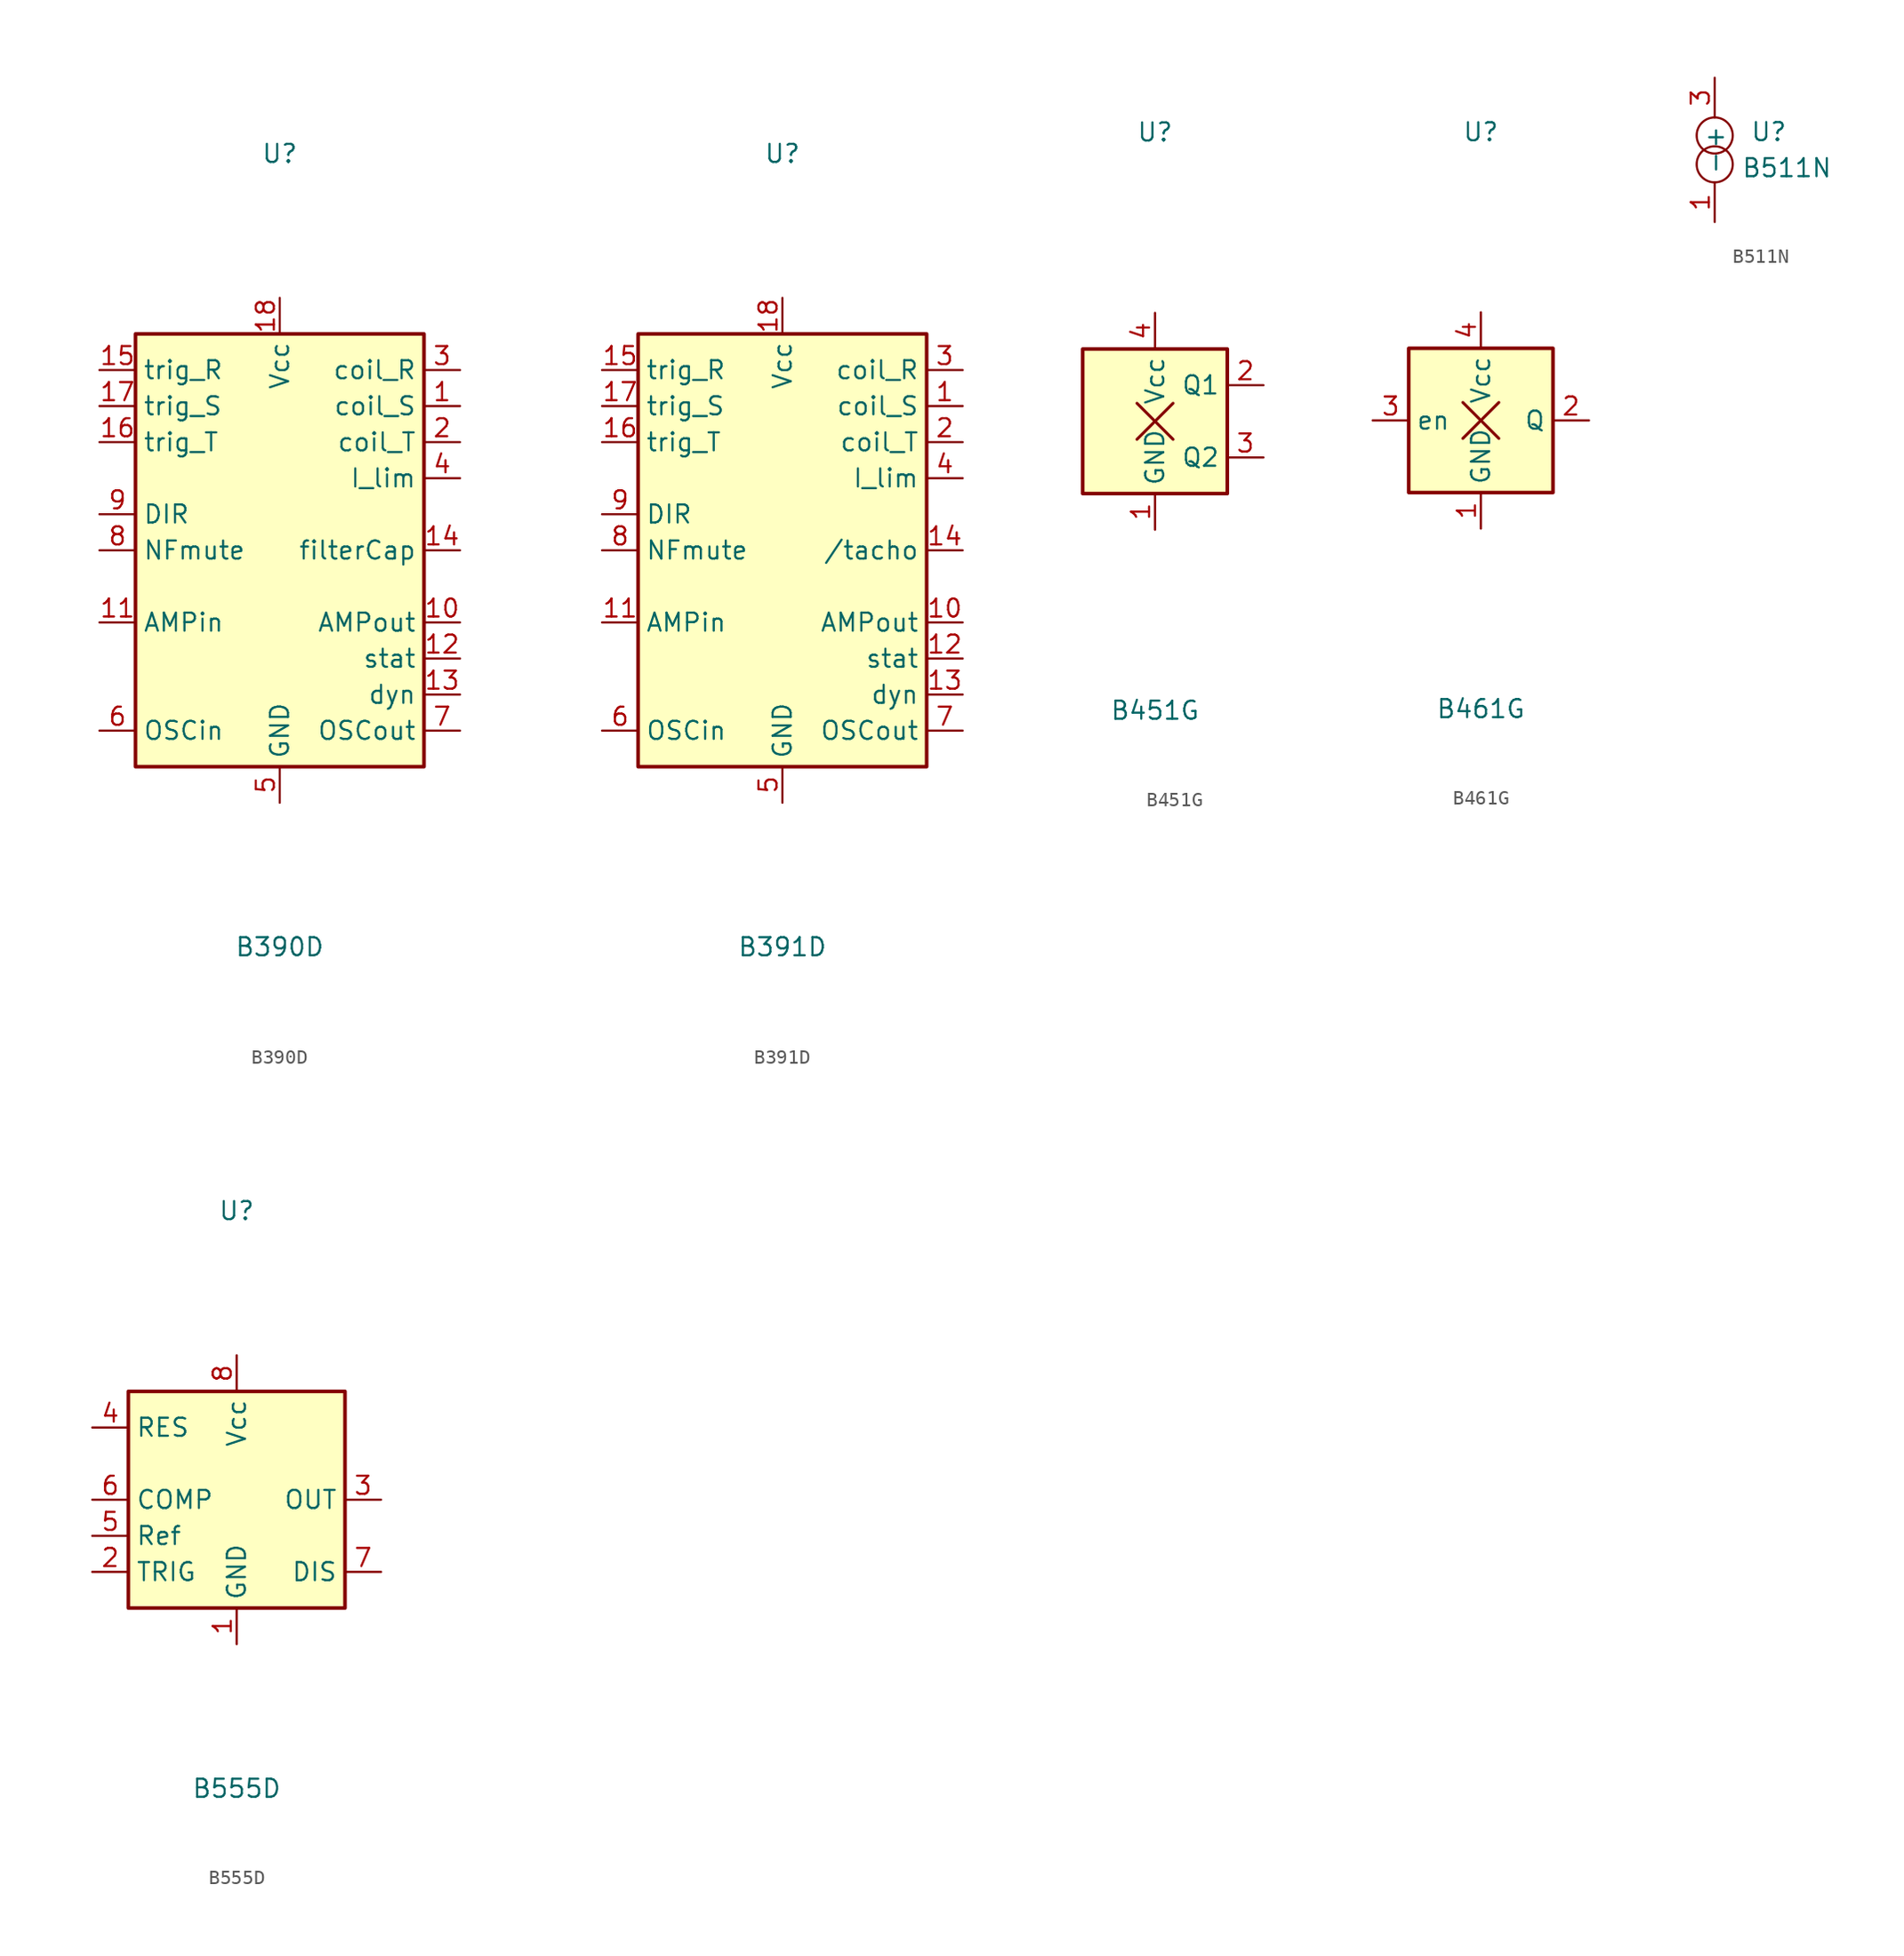
<source format=kicad_sym>
(kicad_symbol_lib
  (version 20211014)
  (generator kicad_symbol_editor)
  (symbol "B390D"
    (property "Reference" "U"
      (at 0 27.94 0)
      (effects (font (size 1.27 1.27))))
    (property "Value" "B390D"
      (at 0 -27.94 0)
      (effects (font (size 1.27 1.27))))
    (symbol "B390D_1_1"
      (rectangle (start -10.16 15.24) (end 10.16 -15.24) (stroke (width 0.254) (type default) (color 0 0 0 0)) (fill (type background)))
      (pin output line (at 12.7 10.16 180) (length 2.54) (name "coil_S" (effects (font (size 1.27 1.27)))) (number "1" (effects (font (size 1.27 1.27)))))
      (pin output line (at 12.7 -5.08 180) (length 2.54) (name "AMPout" (effects (font (size 1.27 1.27)))) (number "10" (effects (font (size 1.27 1.27)))))
      (pin input line (at -12.7 -5.08 0) (length 2.54) (name "AMPin" (effects (font (size 1.27 1.27)))) (number "11" (effects (font (size 1.27 1.27)))))
      (pin output line (at 12.7 -7.62 180) (length 2.54) (name "stat" (effects (font (size 1.27 1.27)))) (number "12" (effects (font (size 1.27 1.27)))))
      (pin output line (at 12.7 -10.16 180) (length 2.54) (name "dyn" (effects (font (size 1.27 1.27)))) (number "13" (effects (font (size 1.27 1.27)))))
      (pin passive line (at 12.7 0 180) (length 2.54) (name "filterCap" (effects (font (size 1.27 1.27)))) (number "14" (effects (font (size 1.27 1.27)))))
      (pin input line (at -12.7 12.7 0) (length 2.54) (name "trig_R" (effects (font (size 1.27 1.27)))) (number "15" (effects (font (size 1.27 1.27)))))
      (pin input line (at -12.7 7.62 0) (length 2.54) (name "trig_T" (effects (font (size 1.27 1.27)))) (number "16" (effects (font (size 1.27 1.27)))))
      (pin input line (at -12.7 10.16 0) (length 2.54) (name "trig_S" (effects (font (size 1.27 1.27)))) (number "17" (effects (font (size 1.27 1.27)))))
      (pin power_in line (at 0 17.78 270) (length 2.54) (name "Vcc" (effects (font (size 1.27 1.27)))) (number "18" (effects (font (size 1.27 1.27)))))
      (pin output line (at 12.7 7.62 180) (length 2.54) (name "coil_T" (effects (font (size 1.27 1.27)))) (number "2" (effects (font (size 1.27 1.27)))))
      (pin output line (at 12.7 12.7 180) (length 2.54) (name "coil_R" (effects (font (size 1.27 1.27)))) (number "3" (effects (font (size 1.27 1.27)))))
      (pin passive line (at 12.7 5.08 180) (length 2.54) (name "I_lim" (effects (font (size 1.27 1.27)))) (number "4" (effects (font (size 1.27 1.27)))))
      (pin power_in line (at 0 -17.78 90) (length 2.54) (name "GND" (effects (font (size 1.27 1.27)))) (number "5" (effects (font (size 1.27 1.27)))))
      (pin input line (at -12.7 -12.7 0) (length 2.54) (name "OSCin" (effects (font (size 1.27 1.27)))) (number "6" (effects (font (size 1.27 1.27)))))
      (pin output line (at 12.7 -12.7 180) (length 2.54) (name "OSCout" (effects (font (size 1.27 1.27)))) (number "7" (effects (font (size 1.27 1.27)))))
      (pin bidirectional line (at -12.7 0 0) (length 2.54) (name "NFmute" (effects (font (size 1.27 1.27)))) (number "8" (effects (font (size 1.27 1.27)))))
      (pin input line (at -12.7 2.54 0) (length 2.54) (name "DIR" (effects (font (size 1.27 1.27)))) (number "9" (effects (font (size 1.27 1.27)))))))
  (symbol "B391D"
    (property "Reference" "U"
      (at 0 27.94 0)
      (effects (font (size 1.27 1.27))))
    (property "Value" "B391D"
      (at 0 -27.94 0)
      (effects (font (size 1.27 1.27))))
    (symbol "B391D_0_1"
      (rectangle (start -10.16 15.24) (end 10.16 -15.24) (stroke (width 0.254) (type default) (color 0 0 0 0)) (fill (type background))))
    (symbol "B391D_1_1"
      (pin output line (at 12.7 10.16 180) (length 2.54) (name "coil_S" (effects (font (size 1.27 1.27)))) (number "1" (effects (font (size 1.27 1.27)))))
      (pin output line (at 12.7 -5.08 180) (length 2.54) (name "AMPout" (effects (font (size 1.27 1.27)))) (number "10" (effects (font (size 1.27 1.27)))))
      (pin input line (at -12.7 -5.08 0) (length 2.54) (name "AMPin" (effects (font (size 1.27 1.27)))) (number "11" (effects (font (size 1.27 1.27)))))
      (pin output line (at 12.7 -7.62 180) (length 2.54) (name "stat" (effects (font (size 1.27 1.27)))) (number "12" (effects (font (size 1.27 1.27)))))
      (pin output line (at 12.7 -10.16 180) (length 2.54) (name "dyn" (effects (font (size 1.27 1.27)))) (number "13" (effects (font (size 1.27 1.27)))))
      (pin output line (at 12.7 0 180) (length 2.54) (name "/tacho" (effects (font (size 1.27 1.27)))) (number "14" (effects (font (size 1.27 1.27)))))
      (pin input line (at -12.7 12.7 0) (length 2.54) (name "trig_R" (effects (font (size 1.27 1.27)))) (number "15" (effects (font (size 1.27 1.27)))))
      (pin input line (at -12.7 7.62 0) (length 2.54) (name "trig_T" (effects (font (size 1.27 1.27)))) (number "16" (effects (font (size 1.27 1.27)))))
      (pin input line (at -12.7 10.16 0) (length 2.54) (name "trig_S" (effects (font (size 1.27 1.27)))) (number "17" (effects (font (size 1.27 1.27)))))
      (pin power_in line (at 0 17.78 270) (length 2.54) (name "Vcc" (effects (font (size 1.27 1.27)))) (number "18" (effects (font (size 1.27 1.27)))))
      (pin output line (at 12.7 7.62 180) (length 2.54) (name "coil_T" (effects (font (size 1.27 1.27)))) (number "2" (effects (font (size 1.27 1.27)))))
      (pin output line (at 12.7 12.7 180) (length 2.54) (name "coil_R" (effects (font (size 1.27 1.27)))) (number "3" (effects (font (size 1.27 1.27)))))
      (pin passive line (at 12.7 5.08 180) (length 2.54) (name "I_lim" (effects (font (size 1.27 1.27)))) (number "4" (effects (font (size 1.27 1.27)))))
      (pin power_in line (at 0 -17.78 90) (length 2.54) (name "GND" (effects (font (size 1.27 1.27)))) (number "5" (effects (font (size 1.27 1.27)))))
      (pin input line (at -12.7 -12.7 0) (length 2.54) (name "OSCin" (effects (font (size 1.27 1.27)))) (number "6" (effects (font (size 1.27 1.27)))))
      (pin output line (at 12.7 -12.7 180) (length 2.54) (name "OSCout" (effects (font (size 1.27 1.27)))) (number "7" (effects (font (size 1.27 1.27)))))
      (pin bidirectional line (at -12.7 0 0) (length 2.54) (name "NFmute" (effects (font (size 1.27 1.27)))) (number "8" (effects (font (size 1.27 1.27)))))
      (pin input line (at -12.7 2.54 0) (length 2.54) (name "DIR" (effects (font (size 1.27 1.27)))) (number "9" (effects (font (size 1.27 1.27)))))))
  (symbol "B451G"
    (property "Reference" "U"
      (at 0 20.32 0)
      (effects (font (size 1.27 1.27))))
    (property "Value" "B451G"
      (at 0 -20.32 0)
      (effects (font (size 1.27 1.27))))
    (symbol "B451G_0_1"
      (rectangle (start -5.08 5.08) (end 5.08 -5.08) (stroke (width 0.254) (type default) (color 0 0 0 0)) (fill (type background)))
      (polyline (pts (xy -1.27 -1.27) (xy 1.27 1.27)) (stroke (width 0.203) (type default) (color 0 0 0 0)) (fill (type none)))
      (polyline (pts (xy -1.27 1.27) (xy 1.27 -1.27)) (stroke (width 0.203) (type default) (color 0 0 0 0)) (fill (type none))))
    (symbol "B451G_1_1"
      (pin power_in line (at 0 -7.62 90) (length 2.54) (name "GND" (effects (font (size 1.27 1.27)))) (number "1" (effects (font (size 1.27 1.27)))))
      (pin output line (at 7.62 2.54 180) (length 2.54) (name "Q1" (effects (font (size 1.27 1.27)))) (number "2" (effects (font (size 1.27 1.27)))))
      (pin output line (at 7.62 -2.54 180) (length 2.54) (name "Q2" (effects (font (size 1.27 1.27)))) (number "3" (effects (font (size 1.27 1.27)))))
      (pin power_in line (at 0 7.62 270) (length 2.54) (name "Vcc" (effects (font (size 1.27 1.27)))) (number "4" (effects (font (size 1.27 1.27)))))))
  (symbol "B461G"
    (property "Reference" "U"
      (at 0 20.32 0)
      (effects (font (size 1.27 1.27))))
    (property "Value" "B461G"
      (at 0 -20.32 0)
      (effects (font (size 1.27 1.27))))
    (symbol "B461G_0_1"
      (rectangle (start -5.08 5.08) (end 5.08 -5.08) (stroke (width 0.254) (type default) (color 0 0 0 0)) (fill (type background)))
      (polyline (pts (xy -1.27 -1.27) (xy 1.27 1.27)) (stroke (width 0.203) (type default) (color 0 0 0 0)) (fill (type none)))
      (polyline (pts (xy -1.27 1.27) (xy 1.27 -1.27)) (stroke (width 0.203) (type default) (color 0 0 0 0)) (fill (type none))))
    (symbol "B461G_1_1"
      (pin power_in line (at 0 -7.62 90) (length 2.54) (name "GND" (effects (font (size 1.27 1.27)))) (number "1" (effects (font (size 1.27 1.27)))))
      (pin open_collector line (at 7.62 0 180) (length 2.54) (name "Q" (effects (font (size 1.27 1.27)))) (number "2" (effects (font (size 1.27 1.27)))))
      (pin input line (at -7.62 0 0) (length 2.54) (name "en" (effects (font (size 1.27 1.27)))) (number "3" (effects (font (size 1.27 1.27)))))
      (pin power_in line (at 0 7.62 270) (length 2.54) (name "Vcc" (effects (font (size 1.27 1.27)))) (number "4" (effects (font (size 1.27 1.27)))))))
  (symbol "B511N"
    (property "Reference" "U"
      (at 3.81 1.27 0)
      (effects (font (size 1.27 1.27))))
    (property "Value" "B511N"
      (at 5.08 -1.27 0)
      (effects (font (size 1.27 1.27))))
    (symbol "B511N_0_1"
      (circle (center 0 -1.016) (radius 1.27) (stroke (width 0.152) (type default) (color 0 0 0 0)) (fill (type none)))
      (circle (center 0 1.016) (radius 1.27) (stroke (width 0.152) (type default) (color 0 0 0 0)) (fill (type none))))
    (symbol "B511N_1_1"
      (pin passive line (at 0 -5.08 90) (length 2.794) (name "-" (effects (font (size 1.27 1.27)))) (number "1" (effects (font (size 1.27 1.27)))))
      (pin no_connect line (at 0 0 0) (length 0) hide (name "n.c." (effects (font (size 1.27 1.27)))) (number "2" (effects (font (size 1.27 1.27)))))
      (pin passive line (at 0 5.08 270) (length 2.794) (name "+" (effects (font (size 1.27 1.27)))) (number "3" (effects (font (size 1.27 1.27)))))))
  (symbol "B555D"
    (property "Reference" "U"
      (at 0 20.32 0)
      (effects (font (size 1.27 1.27))))
    (property "Value" "B555D"
      (at 0 -20.32 0)
      (effects (font (size 1.27 1.27))))
    (symbol "B555D_0_1"
      (rectangle (start -7.62 7.62) (end 7.62 -7.62) (stroke (width 0.254) (type default) (color 0 0 0 0)) (fill (type background))))
    (symbol "B555D_1_1"
      (pin power_in line (at 0 -10.16 90) (length 2.54) (name "GND" (effects (font (size 1.27 1.27)))) (number "1" (effects (font (size 1.27 1.27)))))
      (pin input line (at -10.16 -5.08 0) (length 2.54) (name "TRIG" (effects (font (size 1.27 1.27)))) (number "2" (effects (font (size 1.27 1.27)))))
      (pin output line (at 10.16 0 180) (length 2.54) (name "OUT" (effects (font (size 1.27 1.27)))) (number "3" (effects (font (size 1.27 1.27)))))
      (pin input line (at -10.16 5.08 0) (length 2.54) (name "RES" (effects (font (size 1.27 1.27)))) (number "4" (effects (font (size 1.27 1.27)))))
      (pin passive line (at -10.16 -2.54 0) (length 2.54) (name "Ref" (effects (font (size 1.27 1.27)))) (number "5" (effects (font (size 1.27 1.27)))))
      (pin input line (at -10.16 0 0) (length 2.54) (name "COMP" (effects (font (size 1.27 1.27)))) (number "6" (effects (font (size 1.27 1.27)))))
      (pin open_collector line (at 10.16 -5.08 180) (length 2.54) (name "DIS" (effects (font (size 1.27 1.27)))) (number "7" (effects (font (size 1.27 1.27)))))
      (pin power_in line (at 0 10.16 270) (length 2.54) (name "Vcc" (effects (font (size 1.27 1.27)))) (number "8" (effects (font (size 1.27 1.27))))))))
</source>
